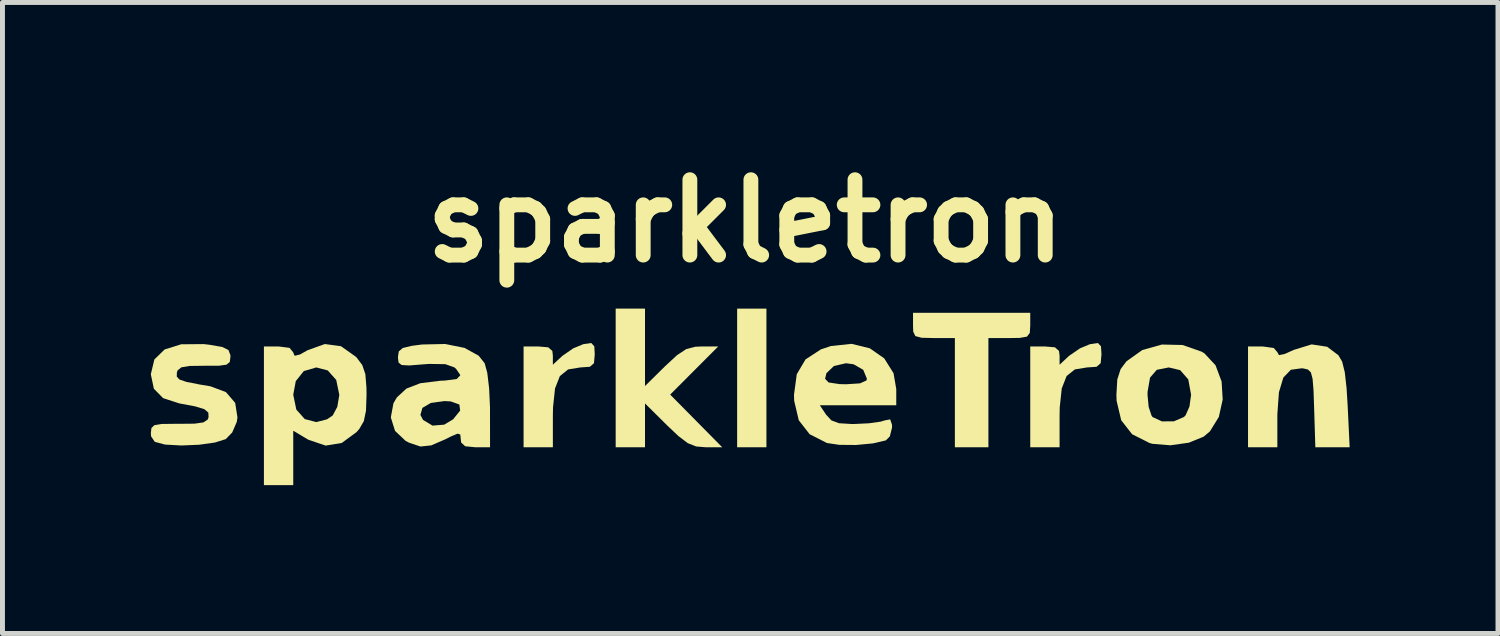
<source format=kicad_pcb>
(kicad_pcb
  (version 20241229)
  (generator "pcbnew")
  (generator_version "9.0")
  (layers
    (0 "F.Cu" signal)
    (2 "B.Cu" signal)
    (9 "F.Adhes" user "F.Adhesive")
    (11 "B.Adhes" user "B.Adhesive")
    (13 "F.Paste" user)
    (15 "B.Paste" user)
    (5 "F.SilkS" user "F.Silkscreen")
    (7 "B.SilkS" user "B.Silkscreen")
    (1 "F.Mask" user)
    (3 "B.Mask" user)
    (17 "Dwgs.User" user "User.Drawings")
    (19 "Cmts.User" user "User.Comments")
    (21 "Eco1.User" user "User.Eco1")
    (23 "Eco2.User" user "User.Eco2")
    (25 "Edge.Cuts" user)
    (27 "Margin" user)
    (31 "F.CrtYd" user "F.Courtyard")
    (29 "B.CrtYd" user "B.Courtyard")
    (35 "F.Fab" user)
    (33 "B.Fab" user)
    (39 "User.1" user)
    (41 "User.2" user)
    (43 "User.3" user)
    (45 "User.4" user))
  (footprint "sparkletron"
    (layer "F.Cu")
    (at 12.023 4.974)
    (property "Reference" "sparkletron" (at 0 -3.556 0) (layer "F.SilkS") (effects (font (size 1.524 1.524) (thickness 0.3))))
    (attr board_only exclude_from_pos_files exclude_from_bom)
    (fp_poly (pts (xy 0.423 1.019) (xy -0.169 1.019) (xy -0.169 -1.784) (xy 0.423 -1.784)) (stroke (width 0) (type solid)) (fill yes) (layer "F.SilkS"))
    (fp_poly (pts (xy 5.757 -1.444) (xy 5.748 -1.293) (xy 5.691 -1.218) (xy 5.543 -1.192) (xy 5.334 -1.189) (xy 4.911 -1.189) (xy 4.911 1.019) (xy 4.233 1.019) (xy 4.233 -1.189) (xy 3.81 -1.189) (xy 3.559 -1.195) (xy 3.434 -1.229) (xy 3.391 -1.318) (xy 3.387 -1.444) (xy 3.387 -1.699) (xy 5.757 -1.699)) (stroke (width 0) (type solid)) (fill yes) (layer "F.SilkS"))
    (fp_poly (pts (xy -2.032 -0.219) (xy -1.627 -0.619) (xy -1.385 -0.843) (xy -1.2 -0.965) (xy -1.018 -1.013) (xy -0.887 -1.019) (xy -0.552 -1.019) (xy -1.037 -0.533) (xy -1.523 -0.046) (xy -0.471 1.019) (xy -0.804 1.019) (xy -0.998 1.003) (xy -1.167 0.936) (xy -1.357 0.792) (xy -1.585 0.576) (xy -2.032 0.133) (xy -2.032 1.019) (xy -2.625 1.019) (xy -2.625 -1.784) (xy -2.032 -1.784)) (stroke (width 0) (type solid)) (fill yes) (layer "F.SilkS"))
    (fp_poly (pts (xy -3.057 -1.022) (xy -3.048 -0.859) (xy -3.064 -0.68) (xy -3.147 -0.608) (xy -3.34 -0.595) (xy -3.586 -0.555) (xy -3.753 -0.421) (xy -3.851 -0.171) (xy -3.892 0.214) (xy -3.895 0.401) (xy -3.895 1.019) (xy -4.487 1.019) (xy -4.487 -1.019) (xy -4.191 -1.019) (xy -3.989 -1.002) (xy -3.906 -0.929) (xy -3.895 -0.835) (xy -3.895 -0.65) (xy -3.704 -0.828) (xy -3.483 -0.981) (xy -3.281 -1.065) (xy -3.119 -1.089)) (stroke (width 0) (type solid)) (fill yes) (layer "F.SilkS"))
    (fp_poly (pts (xy 7.187 -1.022) (xy 7.197 -0.859) (xy 7.181 -0.68) (xy 7.098 -0.608) (xy 6.905 -0.595) (xy 6.658 -0.555) (xy 6.492 -0.421) (xy 6.394 -0.171) (xy 6.353 0.214) (xy 6.35 0.401) (xy 6.35 1.019) (xy 5.757 1.019) (xy 5.757 -1.019) (xy 6.054 -1.019) (xy 6.256 -1.002) (xy 6.338 -0.929) (xy 6.35 -0.835) (xy 6.35 -0.65) (xy 6.54 -0.828) (xy 6.762 -0.981) (xy 6.964 -1.065) (xy 7.125 -1.089)) (stroke (width 0) (type solid)) (fill yes) (layer "F.SilkS"))
    (fp_poly (pts (xy 11.76 -1.013) (xy 11.987 -0.842) (xy 12.063 -0.713) (xy 12.116 -0.5) (xy 12.153 -0.172) (xy 12.174 0.17) (xy 12.215 1.019) (xy 11.521 1.019) (xy 11.497 0.234) (xy 11.484 -0.135) (xy 11.465 -0.366) (xy 11.431 -0.494) (xy 11.371 -0.553) (xy 11.276 -0.575) (xy 11.248 -0.578) (xy 11.026 -0.548) (xy 10.874 -0.39) (xy 10.785 -0.093) (xy 10.753 0.353) (xy 10.753 0.401) (xy 10.753 1.019) (xy 10.16 1.019) (xy 10.16 -1.019) (xy 10.456 -1.019) (xy 10.681 -0.988) (xy 10.753 -0.903) (xy 10.786 -0.844) (xy 10.907 -0.869) (xy 11.082 -0.949) (xy 11.446 -1.061)) (stroke (width 0) (type solid)) (fill yes) (layer "F.SilkS"))
    (fp_poly (pts (xy 8.836 -1.049) (xy 9.222 -0.914) (xy 9.278 -0.88) (xy 9.503 -0.639) (xy 9.626 -0.311) (xy 9.648 0.053) (xy 9.57 0.406) (xy 9.39 0.697) (xy 9.264 0.804) (xy 8.962 0.927) (xy 8.587 0.979) (xy 8.227 0.949) (xy 8.166 0.932) (xy 7.816 0.755) (xy 7.596 0.473) (xy 7.503 0.08) (xy 7.499 -0.042) (xy 8.128 -0.042) (xy 8.151 0.203) (xy 8.21 0.381) (xy 8.23 0.408) (xy 8.42 0.496) (xy 8.661 0.494) (xy 8.864 0.407) (xy 8.897 0.374) (xy 8.976 0.196) (xy 9.009 -0.042) (xy 9.009 -0.042) (xy 8.952 -0.353) (xy 8.788 -0.54) (xy 8.558 -0.595) (xy 8.316 -0.547) (xy 8.179 -0.39) (xy 8.129 -0.102) (xy 8.128 -0.042) (xy 7.499 -0.042) (xy 7.517 -0.352) (xy 7.584 -0.561) (xy 7.702 -0.719) (xy 8.023 -0.947) (xy 8.419 -1.058)) (stroke (width 0) (type solid)) (fill yes) (layer "F.SilkS"))
    (fp_poly (pts (xy -8.179 -1.024) (xy -7.878 -0.811) (xy -7.863 -0.796) (xy -7.748 -0.642) (xy -7.686 -0.459) (xy -7.664 -0.189) (xy -7.662 -0.042) (xy -7.673 0.279) (xy -7.717 0.491) (xy -7.809 0.649) (xy -7.863 0.711) (xy -8.163 0.932) (xy -8.488 0.985) (xy -8.831 0.87) (xy -8.85 0.86) (xy -9.144 0.685) (xy -9.144 1.784) (xy -9.737 1.784) (xy -9.737 -0.042) (xy -9.144 -0.042) (xy -9.082 0.257) (xy -8.911 0.449) (xy -8.678 0.51) (xy -8.462 0.454) (xy -8.346 0.376) (xy -8.253 0.201) (xy -8.213 -0.037) (xy -8.213 -0.042) (xy -8.275 -0.342) (xy -8.446 -0.534) (xy -8.678 -0.595) (xy -8.931 -0.521) (xy -9.093 -0.318) (xy -9.144 -0.042) (xy -9.737 -0.042) (xy -9.737 -1.019) (xy -9.44 -1.019) (xy -9.219 -0.991) (xy -9.144 -0.9) (xy -9.144 -0.895) (xy -9.116 -0.831) (xy -9.01 -0.856) (xy -8.85 -0.945) (xy -8.505 -1.068)) (stroke (width 0) (type solid)) (fill yes) (layer "F.SilkS"))
    (fp_poly (pts (xy 2.513 -0.982) (xy 2.805 -0.778) (xy 2.993 -0.478) (xy 3.048 -0.158) (xy 3.048 0.17) (xy 1.503 0.17) (xy 1.63 0.361) (xy 1.737 0.476) (xy 1.891 0.533) (xy 2.15 0.549) (xy 2.212 0.548) (xy 2.499 0.534) (xy 2.732 0.501) (xy 2.815 0.476) (xy 2.925 0.455) (xy 2.962 0.562) (xy 2.963 0.619) (xy 2.918 0.799) (xy 2.837 0.88) (xy 2.575 0.941) (xy 2.234 0.973) (xy 1.896 0.97) (xy 1.646 0.933) (xy 1.296 0.755) (xy 1.077 0.473) (xy 0.984 0.08) (xy 0.98 -0.042) (xy 1.024 -0.365) (xy 1.609 -0.365) (xy 1.68 -0.291) (xy 1.9 -0.258) (xy 2.032 -0.255) (xy 2.315 -0.273) (xy 2.444 -0.331) (xy 2.455 -0.365) (xy 2.38 -0.547) (xy 2.185 -0.659) (xy 2.032 -0.68) (xy 1.788 -0.624) (xy 1.636 -0.479) (xy 1.609 -0.365) (xy 1.024 -0.365) (xy 1.036 -0.457) (xy 1.213 -0.757) (xy 1.524 -0.96) (xy 1.727 -1.028) (xy 2.144 -1.072)) (stroke (width 0) (type solid)) (fill yes) (layer "F.SilkS"))
    (fp_poly (pts (xy -10.834 -1.053) (xy -10.581 -1.009) (xy -10.455 -0.948) (xy -10.415 -0.846) (xy -10.414 -0.809) (xy -10.427 -0.706) (xy -10.493 -0.651) (xy -10.65 -0.629) (xy -10.937 -0.629) (xy -10.941 -0.629) (xy -11.239 -0.625) (xy -11.407 -0.597) (xy -11.483 -0.534) (xy -11.497 -0.491) (xy -11.499 -0.41) (xy -11.445 -0.351) (xy -11.305 -0.303) (xy -11.047 -0.252) (xy -10.816 -0.213) (xy -10.505 -0.096) (xy -10.318 0.121) (xy -10.272 0.416) (xy -10.286 0.507) (xy -10.378 0.72) (xy -10.508 0.854) (xy -10.726 0.923) (xy -11.047 0.968) (xy -11.404 0.983) (xy -11.732 0.965) (xy -11.748 0.962) (xy -11.944 0.909) (xy -12.018 0.799) (xy -12.023 0.731) (xy -12.011 0.629) (xy -11.951 0.572) (xy -11.806 0.548) (xy -11.537 0.545) (xy -11.454 0.545) (xy -11.14 0.542) (xy -10.959 0.516) (xy -10.875 0.46) (xy -10.856 0.411) (xy -10.861 0.317) (xy -10.941 0.249) (xy -11.128 0.192) (xy -11.448 0.132) (xy -11.775 0.026) (xy -11.962 -0.164) (xy -12.023 -0.454) (xy -12.023 -0.46) (xy -11.952 -0.756) (xy -11.745 -0.958) (xy -11.41 -1.063) (xy -10.954 -1.067)) (stroke (width 0) (type solid)) (fill yes) (layer "F.SilkS"))
    (fp_poly (pts (xy -5.681 -0.99) (xy -5.395 -0.832) (xy -5.274 -0.68) (xy -5.221 -0.487) (xy -5.184 -0.175) (xy -5.166 0.208) (xy -5.166 0.276) (xy -5.165 1.019) (xy -5.461 1.019) (xy -5.667 0.999) (xy -5.749 0.924) (xy -5.757 0.859) (xy -5.766 0.762) (xy -5.82 0.743) (xy -5.961 0.803) (xy -6.072 0.859) (xy -6.354 0.981) (xy -6.572 1.004) (xy -6.795 0.93) (xy -6.872 0.89) (xy -7.086 0.688) (xy -7.171 0.417) (xy -7.162 0.365) (xy -6.573 0.365) (xy -6.519 0.467) (xy -6.328 0.581) (xy -6.092 0.562) (xy -5.912 0.454) (xy -5.769 0.277) (xy -5.786 0.154) (xy -5.96 0.092) (xy -6.086 0.085) (xy -6.362 0.123) (xy -6.533 0.223) (xy -6.573 0.365) (xy -7.162 0.365) (xy -7.118 0.128) (xy -7.049 0.011) (xy -6.855 -0.168) (xy -6.574 -0.276) (xy -6.171 -0.326) (xy -6.075 -0.33) (xy -5.839 -0.361) (xy -5.765 -0.438) (xy -5.85 -0.564) (xy -5.886 -0.596) (xy -6.069 -0.661) (xy -6.397 -0.666) (xy -6.521 -0.657) (xy -6.801 -0.635) (xy -6.953 -0.644) (xy -7.015 -0.694) (xy -7.027 -0.797) (xy -7.027 -0.807) (xy -7.01 -0.92) (xy -6.93 -0.988) (xy -6.748 -1.032) (xy -6.54 -1.059) (xy -6.073 -1.069)) (stroke (width 0) (type solid)) (fill yes) (layer "F.SilkS")))
  (gr_rect
    (start -3 -3)
    (end 27.237 9.758)
    (stroke (width 0.1) (type default))
    (fill no)
    (layer "Edge.Cuts")))
</source>
